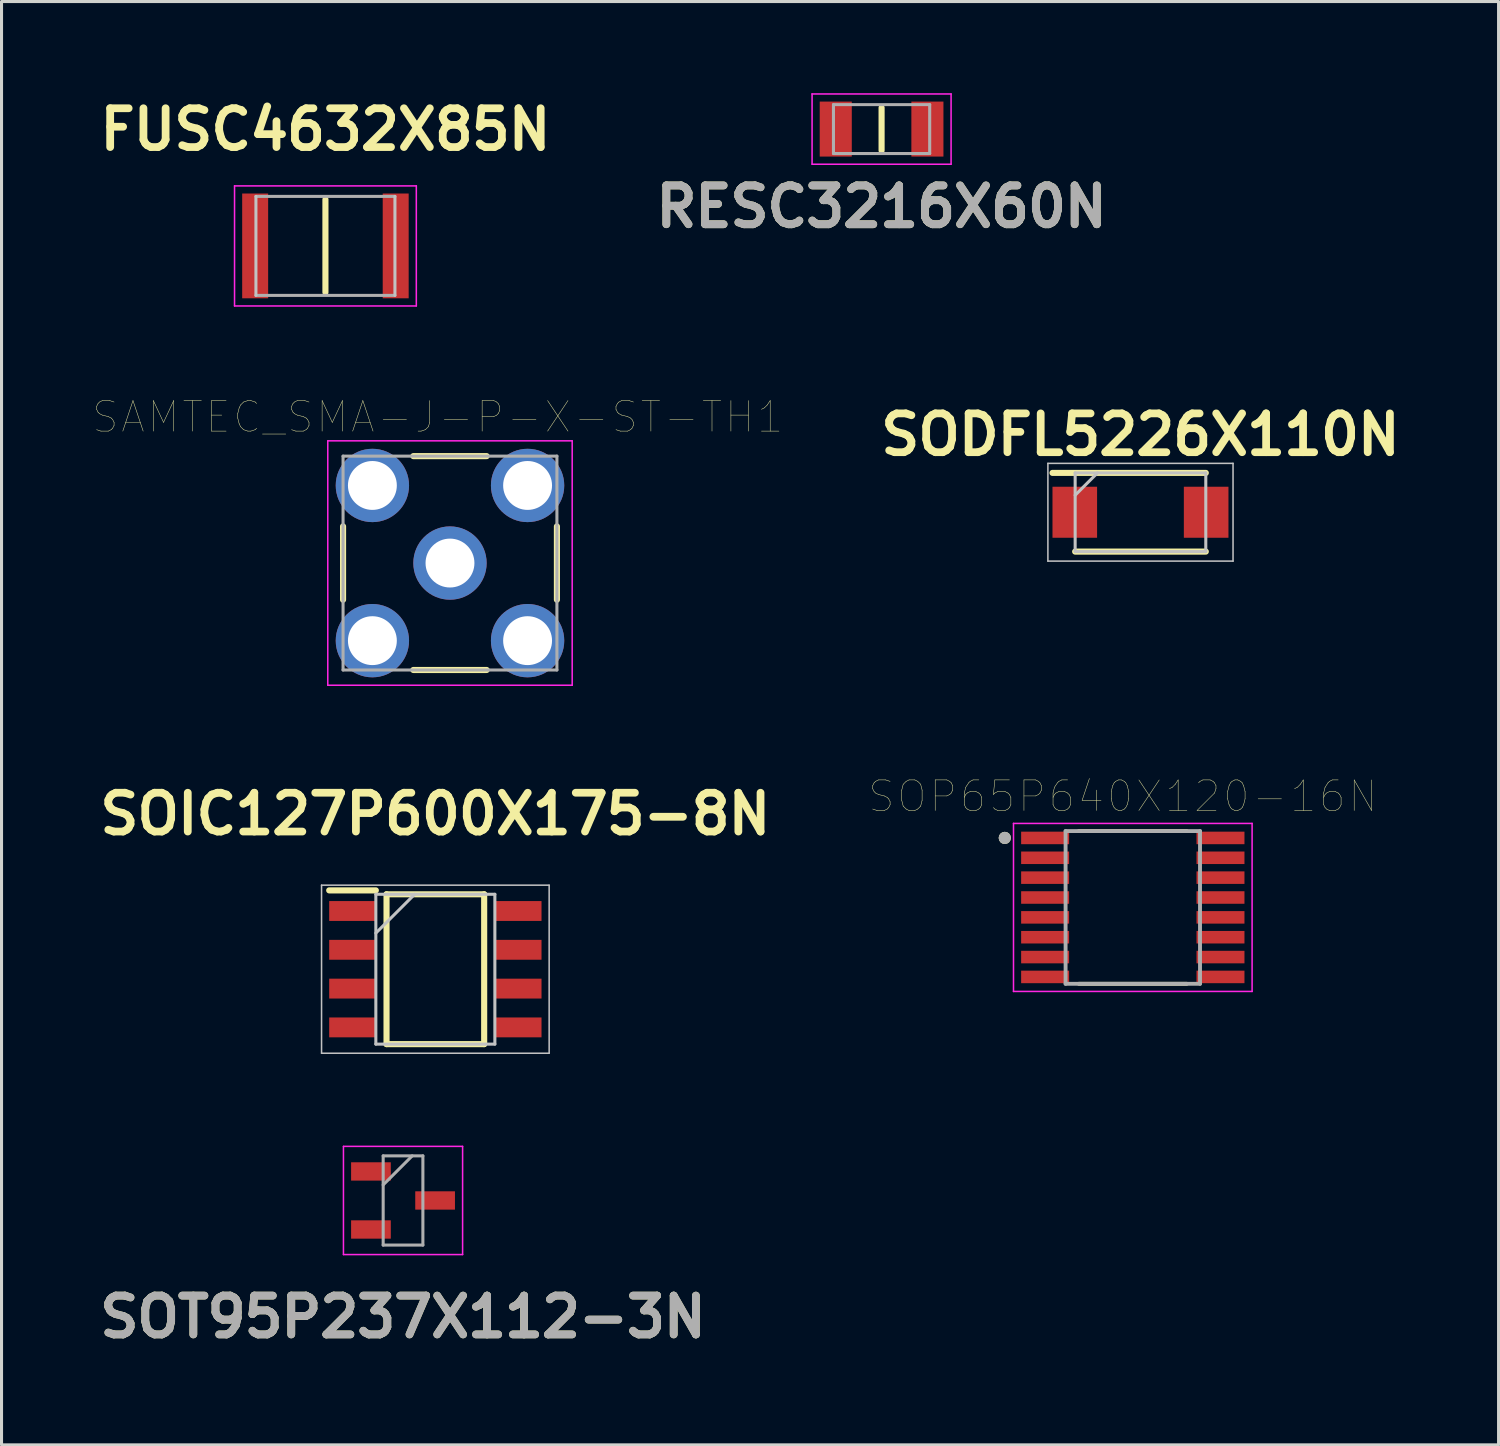
<source format=kicad_pcb>
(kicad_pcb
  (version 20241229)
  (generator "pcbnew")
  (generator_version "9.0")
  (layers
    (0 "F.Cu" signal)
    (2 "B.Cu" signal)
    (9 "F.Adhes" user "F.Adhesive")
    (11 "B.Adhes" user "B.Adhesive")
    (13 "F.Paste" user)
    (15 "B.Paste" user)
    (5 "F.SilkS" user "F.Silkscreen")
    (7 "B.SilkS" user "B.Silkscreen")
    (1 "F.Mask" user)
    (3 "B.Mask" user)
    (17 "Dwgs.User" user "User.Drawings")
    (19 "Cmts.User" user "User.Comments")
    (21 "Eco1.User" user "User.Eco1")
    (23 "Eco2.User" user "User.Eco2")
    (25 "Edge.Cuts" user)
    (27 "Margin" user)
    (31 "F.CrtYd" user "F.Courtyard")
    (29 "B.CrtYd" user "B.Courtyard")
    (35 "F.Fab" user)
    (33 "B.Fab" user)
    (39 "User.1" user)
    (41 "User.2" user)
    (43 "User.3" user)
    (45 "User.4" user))
  (footprint "SOP65P640X120-16N"
    (layer "F.Cu")
    (at 34.029 26.652)
    (property "Reference" "SOP65P640X120-16N" (at -0.325 -3.635 0) (layer "F.SilkS") (effects (font (size 1 1) (thickness 0.015))))
    (attr through_hole)
    (fp_line (start -1.765 -2.5) (end 1.765 -2.5) (stroke (width 0.127) (type solid)) (layer "F.SilkS"))
    (fp_line (start 1.765 2.5) (end -1.765 2.5) (stroke (width 0.127) (type solid)) (layer "F.SilkS"))
    (fp_circle (center -4.19 -2.275) (end -4.09 -2.275) (stroke (width 0.2) (type solid)) (fill no) (layer "F.SilkS"))
    (fp_line (start -3.905 -2.75) (end -3.905 2.75) (stroke (width 0.05) (type solid)) (layer "F.CrtYd"))
    (fp_line (start -3.905 -2.75) (end 3.905 -2.75) (stroke (width 0.05) (type solid)) (layer "F.CrtYd"))
    (fp_line (start -3.905 2.75) (end 3.905 2.75) (stroke (width 0.05) (type solid)) (layer "F.CrtYd"))
    (fp_line (start 3.905 -2.75) (end 3.905 2.75) (stroke (width 0.05) (type solid)) (layer "F.CrtYd"))
    (fp_line (start -2.2 -2.5) (end -2.2 2.5) (stroke (width 0.127) (type solid)) (layer "F.Fab"))
    (fp_line (start -2.2 -2.5) (end 2.2 -2.5) (stroke (width 0.127) (type solid)) (layer "F.Fab"))
    (fp_line (start -2.2 2.5) (end 2.2 2.5) (stroke (width 0.127) (type solid)) (layer "F.Fab"))
    (fp_line (start 2.2 -2.5) (end 2.2 2.5) (stroke (width 0.127) (type solid)) (layer "F.Fab"))
    (fp_circle (center -4.19 -2.275) (end -4.09 -2.275) (stroke (width 0.2) (type solid)) (fill no) (layer "F.Fab"))
    (pad "1" smd rect (at -2.87 -2.275) (size 1.57 0.41) (layers "F.Cu" "F.Mask" "F.Paste"))
    (pad "2" smd rect (at -2.87 -1.625) (size 1.57 0.41) (layers "F.Cu" "F.Mask" "F.Paste"))
    (pad "3" smd rect (at -2.87 -0.975) (size 1.57 0.41) (layers "F.Cu" "F.Mask" "F.Paste"))
    (pad "4" smd rect (at -2.87 -0.325) (size 1.57 0.41) (layers "F.Cu" "F.Mask" "F.Paste"))
    (pad "5" smd rect (at -2.87 0.325) (size 1.57 0.41) (layers "F.Cu" "F.Mask" "F.Paste"))
    (pad "6" smd rect (at -2.87 0.975) (size 1.57 0.41) (layers "F.Cu" "F.Mask" "F.Paste"))
    (pad "7" smd rect (at -2.87 1.625) (size 1.57 0.41) (layers "F.Cu" "F.Mask" "F.Paste"))
    (pad "8" smd rect (at -2.87 2.275) (size 1.57 0.41) (layers "F.Cu" "F.Mask" "F.Paste"))
    (pad "9" smd rect (at 2.87 2.275) (size 1.57 0.41) (layers "F.Cu" "F.Mask" "F.Paste"))
    (pad "10" smd rect (at 2.87 1.625) (size 1.57 0.41) (layers "F.Cu" "F.Mask" "F.Paste"))
    (pad "11" smd rect (at 2.87 0.975) (size 1.57 0.41) (layers "F.Cu" "F.Mask" "F.Paste"))
    (pad "12" smd rect (at 2.87 0.325) (size 1.57 0.41) (layers "F.Cu" "F.Mask" "F.Paste"))
    (pad "13" smd rect (at 2.87 -0.325) (size 1.57 0.41) (layers "F.Cu" "F.Mask" "F.Paste"))
    (pad "14" smd rect (at 2.87 -0.975) (size 1.57 0.41) (layers "F.Cu" "F.Mask" "F.Paste"))
    (pad "15" smd rect (at 2.87 -1.625) (size 1.57 0.41) (layers "F.Cu" "F.Mask" "F.Paste"))
    (pad "16" smd rect (at 2.87 -2.275) (size 1.57 0.41) (layers "F.Cu" "F.Mask" "F.Paste")))
  (footprint "SOT95P237X112-3N"
    (layer "F.Cu")
    (at 10.142 36.244)
    (property "Reference" "SOT95P237X112-3N" (at 0 3.81 0) (layer "F.SilkS") (effects (font (size 1.27 1.27) (thickness 0.254))))
    (attr smd)
    (fp_line (start -1.95 -1.77) (end 1.95 -1.77) (stroke (width 0.05) (type solid)) (layer "F.CrtYd"))
    (fp_line (start -1.95 1.77) (end -1.95 -1.77) (stroke (width 0.05) (type solid)) (layer "F.CrtYd"))
    (fp_line (start 1.95 -1.77) (end 1.95 1.77) (stroke (width 0.05) (type solid)) (layer "F.CrtYd"))
    (fp_line (start 1.95 1.77) (end -1.95 1.77) (stroke (width 0.05) (type solid)) (layer "F.CrtYd"))
    (fp_line (start -0.65 -1.46) (end 0.65 -1.46) (stroke (width 0.1) (type solid)) (layer "F.Fab"))
    (fp_line (start -0.65 -0.51) (end 0.3 -1.46) (stroke (width 0.1) (type solid)) (layer "F.Fab"))
    (fp_line (start -0.65 1.46) (end -0.65 -1.46) (stroke (width 0.1) (type solid)) (layer "F.Fab"))
    (fp_line (start 0.65 -1.46) (end 0.65 1.46) (stroke (width 0.1) (type solid)) (layer "F.Fab"))
    (fp_line (start 0.65 1.46) (end -0.65 1.46) (stroke (width 0.1) (type solid)) (layer "F.Fab"))
    (fp_text user "${REFERENCE}" (at 0 3.81 0) (layer "F.Fab") (effects (font (size 1.27 1.27) (thickness 0.254))))
    (pad "1" smd rect (at -1.05 -0.95 90) (size 0.6 1.3) (layers "F.Cu" "F.Mask" "F.Paste"))
    (pad "2" smd rect (at -1.05 0.95 90) (size 0.6 1.3) (layers "F.Cu" "F.Mask" "F.Paste"))
    (pad "3" smd rect (at 1.05 0 90) (size 0.6 1.3) (layers "F.Cu" "F.Mask" "F.Paste")))
  (footprint "SODFL5226X110N"
    (layer "F.Cu")
    (at 34.28 13.717)
    (property "Reference" "SODFL5226X110N" (at 0 -2.54 0) (layer "F.SilkS") (effects (font (size 1.27 1.27) (thickness 0.254))))
    (attr smd)
    (fp_line (start -2.88 -1.288) (end 2.138 -1.288) (stroke (width 0.2) (type solid)) (layer "F.SilkS"))
    (fp_line (start -2.138 1.288) (end 2.138 1.288) (stroke (width 0.2) (type solid)) (layer "F.SilkS"))
    (fp_line (start -3.03 -1.6) (end 3.03 -1.6) (stroke (width 0.05) (type solid)) (layer "Dwgs.User"))
    (fp_line (start -3.03 1.6) (end -3.03 -1.6) (stroke (width 0.05) (type solid)) (layer "Dwgs.User"))
    (fp_line (start -2.138 -1.288) (end 2.138 -1.288) (stroke (width 0.1) (type solid)) (layer "Dwgs.User"))
    (fp_line (start -2.138 -0.558) (end -1.408 -1.288) (stroke (width 0.1) (type solid)) (layer "Dwgs.User"))
    (fp_line (start -2.138 1.288) (end -2.138 -1.288) (stroke (width 0.1) (type solid)) (layer "Dwgs.User"))
    (fp_line (start 2.138 -1.288) (end 2.138 1.288) (stroke (width 0.1) (type solid)) (layer "Dwgs.User"))
    (fp_line (start 2.138 1.288) (end -2.138 1.288) (stroke (width 0.1) (type solid)) (layer "Dwgs.User"))
    (fp_line (start 3.03 -1.6) (end 3.03 1.6) (stroke (width 0.05) (type solid)) (layer "Dwgs.User"))
    (fp_line (start 3.03 1.6) (end -3.03 1.6) (stroke (width 0.05) (type solid)) (layer "Dwgs.User"))
    (pad "1" smd rect (at -2.15 0) (size 1.46 1.67) (layers "F.Cu" "F.Mask" "F.Paste"))
    (pad "2" smd rect (at 2.15 0) (size 1.46 1.67) (layers "F.Cu" "F.Mask" "F.Paste")))
  (footprint "FUSC4632X85N"
    (layer "F.Cu")
    (at 7.602 4.999)
    (property "Reference" "FUSC4632X85N" (at 0 -3.81 0) (layer "F.SilkS") (effects (font (size 1.27 1.27) (thickness 0.254))))
    (attr smd)
    (fp_line (start 0 -1.52) (end 0 1.52) (stroke (width 0.2) (type solid)) (layer "F.SilkS"))
    (fp_line (start -2.275 1.62) (end -2.275 -1.62) (stroke (width 0.1) (type solid)) (layer "Dwgs.User"))
    (fp_line (start 2.275 -1.62) (end 2.275 1.62) (stroke (width 0.1) (type solid)) (layer "Dwgs.User"))
    (fp_line (start -2.975 -1.965) (end 2.975 -1.965) (stroke (width 0.05) (type solid)) (layer "F.CrtYd"))
    (fp_line (start -2.975 1.965) (end -2.975 -1.965) (stroke (width 0.05) (type solid)) (layer "F.CrtYd"))
    (fp_line (start 2.975 -1.965) (end 2.975 1.965) (stroke (width 0.05) (type solid)) (layer "F.CrtYd"))
    (fp_line (start 2.975 1.965) (end -2.975 1.965) (stroke (width 0.05) (type solid)) (layer "F.CrtYd"))
    (fp_line (start -2.275 -1.62) (end 2.275 -1.62) (stroke (width 0.1) (type solid)) (layer "F.Fab"))
    (fp_line (start 2.275 1.62) (end -2.275 1.62) (stroke (width 0.1) (type solid)) (layer "F.Fab"))
    (pad "1" smd rect (at -2.3 0) (size 0.85 3.43) (layers "F.Cu" "F.Mask" "F.Paste"))
    (pad "2" smd rect (at 2.3 0) (size 0.85 3.43) (layers "F.Cu" "F.Mask" "F.Paste")))
  (footprint "SAMTEC_SMA-J-P-X-ST-TH1"
    (layer "F.Cu")
    (at 11.679 15.38)
    (property "Reference" "SAMTEC_SMA-J-P-X-ST-TH1" (at -0.4 -4.78 0) (layer "F.SilkS") (effects (font (size 1 1) (thickness 0.015))))
    (attr through_hole)
    (fp_line (start -3.5 1.2) (end -3.5 -1.2) (stroke (width 0.2) (type solid)) (layer "F.SilkS"))
    (fp_line (start -1.2 -3.5) (end 1.2 -3.5) (stroke (width 0.2) (type solid)) (layer "F.SilkS"))
    (fp_line (start 1.2 3.5) (end -1.2 3.5) (stroke (width 0.2) (type solid)) (layer "F.SilkS"))
    (fp_line (start 3.5 1.2) (end 3.5 -1.2) (stroke (width 0.2) (type solid)) (layer "F.SilkS"))
    (fp_line (start -4 -4) (end -4 4) (stroke (width 0.05) (type solid)) (layer "F.CrtYd"))
    (fp_line (start -4 -4) (end 4 -4) (stroke (width 0.05) (type solid)) (layer "F.CrtYd"))
    (fp_line (start 4 -4) (end 4 4) (stroke (width 0.05) (type solid)) (layer "F.CrtYd"))
    (fp_line (start 4 4) (end -4 4) (stroke (width 0.05) (type solid)) (layer "F.CrtYd"))
    (fp_line (start -3.5 -3.5) (end 3.5 -3.5) (stroke (width 0.1) (type solid)) (layer "F.Fab"))
    (fp_line (start -3.5 3.5) (end -3.5 -3.5) (stroke (width 0.1) (type solid)) (layer "F.Fab"))
    (fp_line (start 3.5 -3.5) (end 3.5 3.5) (stroke (width 0.1) (type solid)) (layer "F.Fab"))
    (fp_line (start 3.5 3.5) (end -3.5 3.5) (stroke (width 0.1) (type solid)) (layer "F.Fab"))
    (pad "1" thru_hole circle (at 0 0) (size 2.4 2.4) (drill 1.6) (layers "*.Cu" "*.Mask"))
    (pad "2" thru_hole circle (at -2.54 -2.54) (size 2.4 2.4) (drill 1.6) (layers "*.Cu" "*.Mask"))
    (pad "2" thru_hole circle (at -2.54 2.54) (size 2.4 2.4) (drill 1.6) (layers "*.Cu" "*.Mask"))
    (pad "2" thru_hole circle (at 2.54 -2.54) (size 2.4 2.4) (drill 1.6) (layers "*.Cu" "*.Mask"))
    (pad "2" thru_hole circle (at 2.54 2.54) (size 2.4 2.4) (drill 1.6) (layers "*.Cu" "*.Mask")))
  (footprint "SOIC127P600X175-8N"
    (layer "F.Cu")
    (at 11.2 28.674)
    (property "Reference" "SOIC127P600X175-8N" (at 0 -5.08 0) (layer "F.SilkS") (effects (font (size 1.27 1.27) (thickness 0.254))))
    (attr smd)
    (fp_line (start -3.475 -2.58) (end -1.948 -2.58) (stroke (width 0.2) (type solid)) (layer "F.SilkS"))
    (fp_line (start -1.598 -2.452) (end 1.598 -2.452) (stroke (width 0.2) (type solid)) (layer "F.SilkS"))
    (fp_line (start -1.598 2.452) (end -1.598 -2.452) (stroke (width 0.2) (type solid)) (layer "F.SilkS"))
    (fp_line (start 1.598 -2.452) (end 1.598 2.452) (stroke (width 0.2) (type solid)) (layer "F.SilkS"))
    (fp_line (start 1.598 2.452) (end -1.598 2.452) (stroke (width 0.2) (type solid)) (layer "F.SilkS"))
    (fp_line (start -3.725 -2.75) (end 3.725 -2.75) (stroke (width 0.05) (type solid)) (layer "Dwgs.User"))
    (fp_line (start -3.725 2.75) (end -3.725 -2.75) (stroke (width 0.05) (type solid)) (layer "Dwgs.User"))
    (fp_line (start -1.948 -2.452) (end 1.948 -2.452) (stroke (width 0.1) (type solid)) (layer "Dwgs.User"))
    (fp_line (start -1.948 -1.182) (end -0.678 -2.452) (stroke (width 0.1) (type solid)) (layer "Dwgs.User"))
    (fp_line (start -1.948 2.452) (end -1.948 -2.452) (stroke (width 0.1) (type solid)) (layer "Dwgs.User"))
    (fp_line (start 1.948 -2.452) (end 1.948 2.452) (stroke (width 0.1) (type solid)) (layer "Dwgs.User"))
    (fp_line (start 1.948 2.452) (end -1.948 2.452) (stroke (width 0.1) (type solid)) (layer "Dwgs.User"))
    (fp_line (start 3.725 -2.75) (end 3.725 2.75) (stroke (width 0.05) (type solid)) (layer "Dwgs.User"))
    (fp_line (start 3.725 2.75) (end -3.725 2.75) (stroke (width 0.05) (type solid)) (layer "Dwgs.User"))
    (pad "1" smd rect (at -2.711 -1.905 90) (size 0.65 1.528) (layers "F.Cu" "F.Mask" "F.Paste"))
    (pad "2" smd rect (at -2.711 -0.635 90) (size 0.65 1.528) (layers "F.Cu" "F.Mask" "F.Paste"))
    (pad "3" smd rect (at -2.711 0.635 90) (size 0.65 1.528) (layers "F.Cu" "F.Mask" "F.Paste"))
    (pad "4" smd rect (at -2.711 1.905 90) (size 0.65 1.528) (layers "F.Cu" "F.Mask" "F.Paste"))
    (pad "5" smd rect (at 2.711 1.905 90) (size 0.65 1.528) (layers "F.Cu" "F.Mask" "F.Paste"))
    (pad "6" smd rect (at 2.711 0.635 90) (size 0.65 1.528) (layers "F.Cu" "F.Mask" "F.Paste"))
    (pad "7" smd rect (at 2.711 -0.635 90) (size 0.65 1.528) (layers "F.Cu" "F.Mask" "F.Paste"))
    (pad "8" smd rect (at 2.711 -1.905 90) (size 0.65 1.528) (layers "F.Cu" "F.Mask" "F.Paste")))
  (footprint "RESC3216X60N"
    (layer "F.Cu")
    (at 25.806 1.175)
    (property "Reference" "RESC3216X60N" (at 0 2.54 0) (layer "F.SilkS") (effects (font (size 1.27 1.27) (thickness 0.254))))
    (attr smd)
    (fp_line (start 0 -0.7) (end 0 0.7) (stroke (width 0.2) (type solid)) (layer "F.SilkS"))
    (fp_line (start -2.275 -1.15) (end 2.275 -1.15) (stroke (width 0.05) (type solid)) (layer "F.CrtYd"))
    (fp_line (start -2.275 1.15) (end -2.275 -1.15) (stroke (width 0.05) (type solid)) (layer "F.CrtYd"))
    (fp_line (start 2.275 -1.15) (end 2.275 1.15) (stroke (width 0.05) (type solid)) (layer "F.CrtYd"))
    (fp_line (start 2.275 1.15) (end -2.275 1.15) (stroke (width 0.05) (type solid)) (layer "F.CrtYd"))
    (fp_line (start -1.575 -0.8) (end 1.575 -0.8) (stroke (width 0.1) (type solid)) (layer "F.Fab"))
    (fp_line (start -1.575 0.8) (end -1.575 -0.8) (stroke (width 0.1) (type solid)) (layer "F.Fab"))
    (fp_line (start 1.575 -0.8) (end 1.575 0.8) (stroke (width 0.1) (type solid)) (layer "F.Fab"))
    (fp_line (start 1.575 0.8) (end -1.575 0.8) (stroke (width 0.1) (type solid)) (layer "F.Fab"))
    (fp_text user "${REFERENCE}" (at 0 2.54 0) (layer "F.Fab") (effects (font (size 1.27 1.27) (thickness 0.254))))
    (pad "1" smd rect (at -1.5 0) (size 1.05 1.8) (layers "F.Cu" "F.Mask" "F.Paste"))
    (pad "2" smd rect (at 1.5 0) (size 1.05 1.8) (layers "F.Cu" "F.Mask" "F.Paste")))
  (gr_rect
    (start -3 -3)
    (end 46.001 44.243)
    (stroke (width 0.1) (type default))
    (fill no)
    (layer "Edge.Cuts")))
</source>
